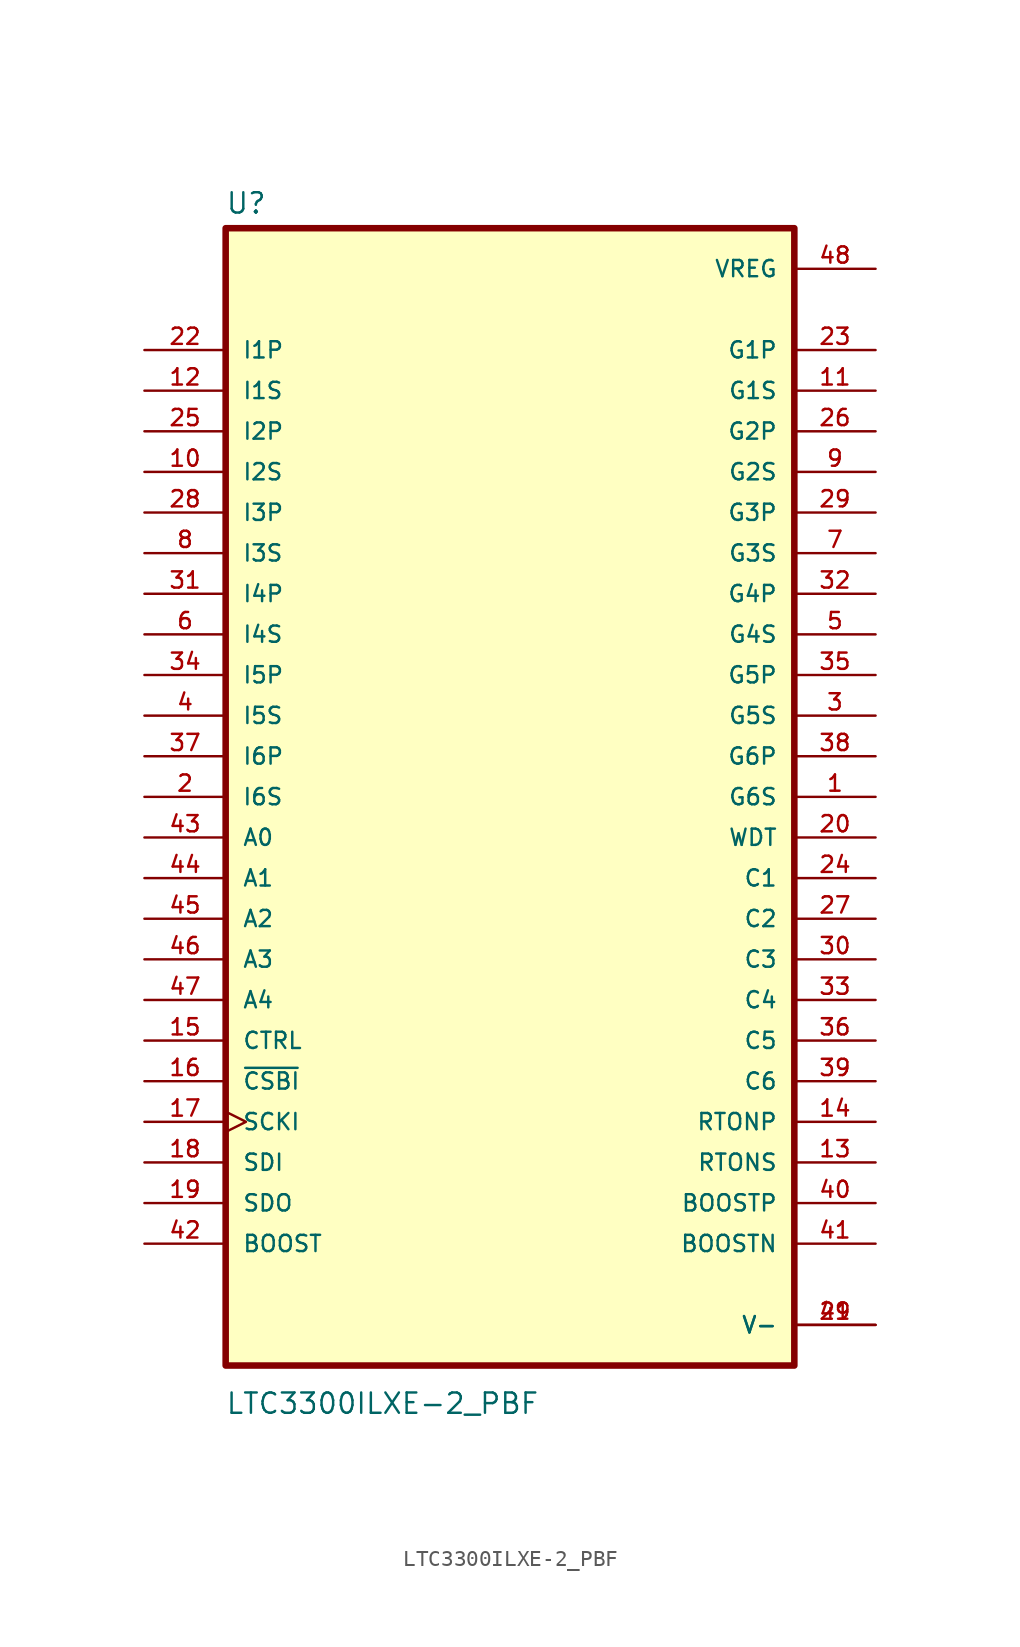
<source format=kicad_sym>
(kicad_symbol_lib
  (version 20211014)
  (generator kicad_symbol_editor)
  (symbol "LTC3300ILXE-2_PBF"
    (pin_names
      (offset 1.016))
    (property "Reference" "U"
      (at -17.806 36.375 0.0)
      (effects (font (size 1.27 1.27)) (justify bottom left)))
    (property "Value" "LTC3300ILXE-2_PBF"
      (at -17.812 -38.677 0.0)
      (effects (font (size 1.27 1.27)) (justify bottom left)))
    (symbol "LTC3300ILXE-2_PBF_0_0"
      (rectangle (start -17.78 -35.56) (end 17.78 35.56) (stroke (width 0.41)) (fill (type background)))
      (pin input line (at -22.86 -2.54 0) (length 5.08) (name "A0" (effects (font (size 1.016 1.016)))) (number "43" (effects (font (size 1.016 1.016)))))
      (pin input line (at -22.86 -5.08 0) (length 5.08) (name "A1" (effects (font (size 1.016 1.016)))) (number "44" (effects (font (size 1.016 1.016)))))
      (pin input line (at -22.86 -7.62 0) (length 5.08) (name "A2" (effects (font (size 1.016 1.016)))) (number "45" (effects (font (size 1.016 1.016)))))
      (pin input line (at -22.86 -10.16 0) (length 5.08) (name "A3" (effects (font (size 1.016 1.016)))) (number "46" (effects (font (size 1.016 1.016)))))
      (pin input line (at -22.86 -12.7 0) (length 5.08) (name "A4" (effects (font (size 1.016 1.016)))) (number "47" (effects (font (size 1.016 1.016)))))
      (pin input line (at -22.86 -27.94 0) (length 5.08) (name "BOOST" (effects (font (size 1.016 1.016)))) (number "42" (effects (font (size 1.016 1.016)))))
      (pin input line (at -22.86 -17.78 0) (length 5.08) (name "~{CSBI}" (effects (font (size 1.016 1.016)))) (number "16" (effects (font (size 1.016 1.016)))))
      (pin input line (at -22.86 -15.24 0) (length 5.08) (name "CTRL" (effects (font (size 1.016 1.016)))) (number "15" (effects (font (size 1.016 1.016)))))
      (pin input line (at -22.86 27.94 0) (length 5.08) (name "I1P" (effects (font (size 1.016 1.016)))) (number "22" (effects (font (size 1.016 1.016)))))
      (pin input line (at -22.86 25.4 0) (length 5.08) (name "I1S" (effects (font (size 1.016 1.016)))) (number "12" (effects (font (size 1.016 1.016)))))
      (pin input line (at -22.86 22.86 0) (length 5.08) (name "I2P" (effects (font (size 1.016 1.016)))) (number "25" (effects (font (size 1.016 1.016)))))
      (pin input line (at -22.86 20.32 0) (length 5.08) (name "I2S" (effects (font (size 1.016 1.016)))) (number "10" (effects (font (size 1.016 1.016)))))
      (pin input line (at -22.86 17.78 0) (length 5.08) (name "I3P" (effects (font (size 1.016 1.016)))) (number "28" (effects (font (size 1.016 1.016)))))
      (pin input line (at -22.86 15.24 0) (length 5.08) (name "I3S" (effects (font (size 1.016 1.016)))) (number "8" (effects (font (size 1.016 1.016)))))
      (pin input line (at -22.86 12.7 0) (length 5.08) (name "I4P" (effects (font (size 1.016 1.016)))) (number "31" (effects (font (size 1.016 1.016)))))
      (pin input line (at -22.86 10.16 0) (length 5.08) (name "I4S" (effects (font (size 1.016 1.016)))) (number "6" (effects (font (size 1.016 1.016)))))
      (pin input line (at -22.86 7.62 0) (length 5.08) (name "I5P" (effects (font (size 1.016 1.016)))) (number "34" (effects (font (size 1.016 1.016)))))
      (pin input line (at -22.86 5.08 0) (length 5.08) (name "I5S" (effects (font (size 1.016 1.016)))) (number "4" (effects (font (size 1.016 1.016)))))
      (pin input line (at -22.86 2.54 0) (length 5.08) (name "I6P" (effects (font (size 1.016 1.016)))) (number "37" (effects (font (size 1.016 1.016)))))
      (pin input line (at -22.86 0.0 0) (length 5.08) (name "I6S" (effects (font (size 1.016 1.016)))) (number "2" (effects (font (size 1.016 1.016)))))
      (pin input clock (at -22.86 -20.32 0) (length 5.08) (name "SCKI" (effects (font (size 1.016 1.016)))) (number "17" (effects (font (size 1.016 1.016)))))
      (pin input line (at -22.86 -22.86 0) (length 5.08) (name "SDI" (effects (font (size 1.016 1.016)))) (number "18" (effects (font (size 1.016 1.016)))))
      (pin passive line (at 22.86 -27.94 180.0) (length 5.08) (name "BOOSTN" (effects (font (size 1.016 1.016)))) (number "41" (effects (font (size 1.016 1.016)))))
      (pin passive line (at 22.86 -25.4 180.0) (length 5.08) (name "BOOSTP" (effects (font (size 1.016 1.016)))) (number "40" (effects (font (size 1.016 1.016)))))
      (pin passive line (at 22.86 -5.08 180.0) (length 5.08) (name "C1" (effects (font (size 1.016 1.016)))) (number "24" (effects (font (size 1.016 1.016)))))
      (pin passive line (at 22.86 -7.62 180.0) (length 5.08) (name "C2" (effects (font (size 1.016 1.016)))) (number "27" (effects (font (size 1.016 1.016)))))
      (pin passive line (at 22.86 -10.16 180.0) (length 5.08) (name "C3" (effects (font (size 1.016 1.016)))) (number "30" (effects (font (size 1.016 1.016)))))
      (pin power_in line (at 22.86 33.02 180.0) (length 5.08) (name "VREG" (effects (font (size 1.016 1.016)))) (number "48" (effects (font (size 1.016 1.016)))))
      (pin output line (at 22.86 27.94 180.0) (length 5.08) (name "G1P" (effects (font (size 1.016 1.016)))) (number "23" (effects (font (size 1.016 1.016)))))
      (pin output line (at 22.86 25.4 180.0) (length 5.08) (name "G1S" (effects (font (size 1.016 1.016)))) (number "11" (effects (font (size 1.016 1.016)))))
      (pin output line (at 22.86 22.86 180.0) (length 5.08) (name "G2P" (effects (font (size 1.016 1.016)))) (number "26" (effects (font (size 1.016 1.016)))))
      (pin output line (at 22.86 20.32 180.0) (length 5.08) (name "G2S" (effects (font (size 1.016 1.016)))) (number "9" (effects (font (size 1.016 1.016)))))
      (pin output line (at 22.86 17.78 180.0) (length 5.08) (name "G3P" (effects (font (size 1.016 1.016)))) (number "29" (effects (font (size 1.016 1.016)))))
      (pin output line (at 22.86 15.24 180.0) (length 5.08) (name "G3S" (effects (font (size 1.016 1.016)))) (number "7" (effects (font (size 1.016 1.016)))))
      (pin output line (at 22.86 12.7 180.0) (length 5.08) (name "G4P" (effects (font (size 1.016 1.016)))) (number "32" (effects (font (size 1.016 1.016)))))
      (pin output line (at 22.86 10.16 180.0) (length 5.08) (name "G4S" (effects (font (size 1.016 1.016)))) (number "5" (effects (font (size 1.016 1.016)))))
      (pin output line (at 22.86 7.62 180.0) (length 5.08) (name "G5P" (effects (font (size 1.016 1.016)))) (number "35" (effects (font (size 1.016 1.016)))))
      (pin output line (at 22.86 5.08 180.0) (length 5.08) (name "G5S" (effects (font (size 1.016 1.016)))) (number "3" (effects (font (size 1.016 1.016)))))
      (pin output line (at 22.86 2.54 180.0) (length 5.08) (name "G6P" (effects (font (size 1.016 1.016)))) (number "38" (effects (font (size 1.016 1.016)))))
      (pin output line (at 22.86 0.0 180.0) (length 5.08) (name "G6S" (effects (font (size 1.016 1.016)))) (number "1" (effects (font (size 1.016 1.016)))))
      (pin output line (at -22.86 -25.4 0) (length 5.08) (name "SDO" (effects (font (size 1.016 1.016)))) (number "19" (effects (font (size 1.016 1.016)))))
      (pin output line (at 22.86 -2.54 180.0) (length 5.08) (name "WDT" (effects (font (size 1.016 1.016)))) (number "20" (effects (font (size 1.016 1.016)))))
      (pin passive line (at 22.86 -12.7 180.0) (length 5.08) (name "C4" (effects (font (size 1.016 1.016)))) (number "33" (effects (font (size 1.016 1.016)))))
      (pin passive line (at 22.86 -15.24 180.0) (length 5.08) (name "C5" (effects (font (size 1.016 1.016)))) (number "36" (effects (font (size 1.016 1.016)))))
      (pin passive line (at 22.86 -17.78 180.0) (length 5.08) (name "C6" (effects (font (size 1.016 1.016)))) (number "39" (effects (font (size 1.016 1.016)))))
      (pin passive line (at 22.86 -20.32 180.0) (length 5.08) (name "RTONP" (effects (font (size 1.016 1.016)))) (number "14" (effects (font (size 1.016 1.016)))))
      (pin passive line (at 22.86 -22.86 180.0) (length 5.08) (name "RTONS" (effects (font (size 1.016 1.016)))) (number "13" (effects (font (size 1.016 1.016)))))
      (pin power_in line (at 22.86 -33.02 180.0) (length 5.08) (name "V-" (effects (font (size 1.016 1.016)))) (number "21" (effects (font (size 1.016 1.016)))))
      (pin power_in line (at 22.86 -33.02 180.0) (length 5.08) (name "V-" (effects (font (size 1.016 1.016)))) (number "49" (effects (font (size 1.016 1.016))))))))
</source>
